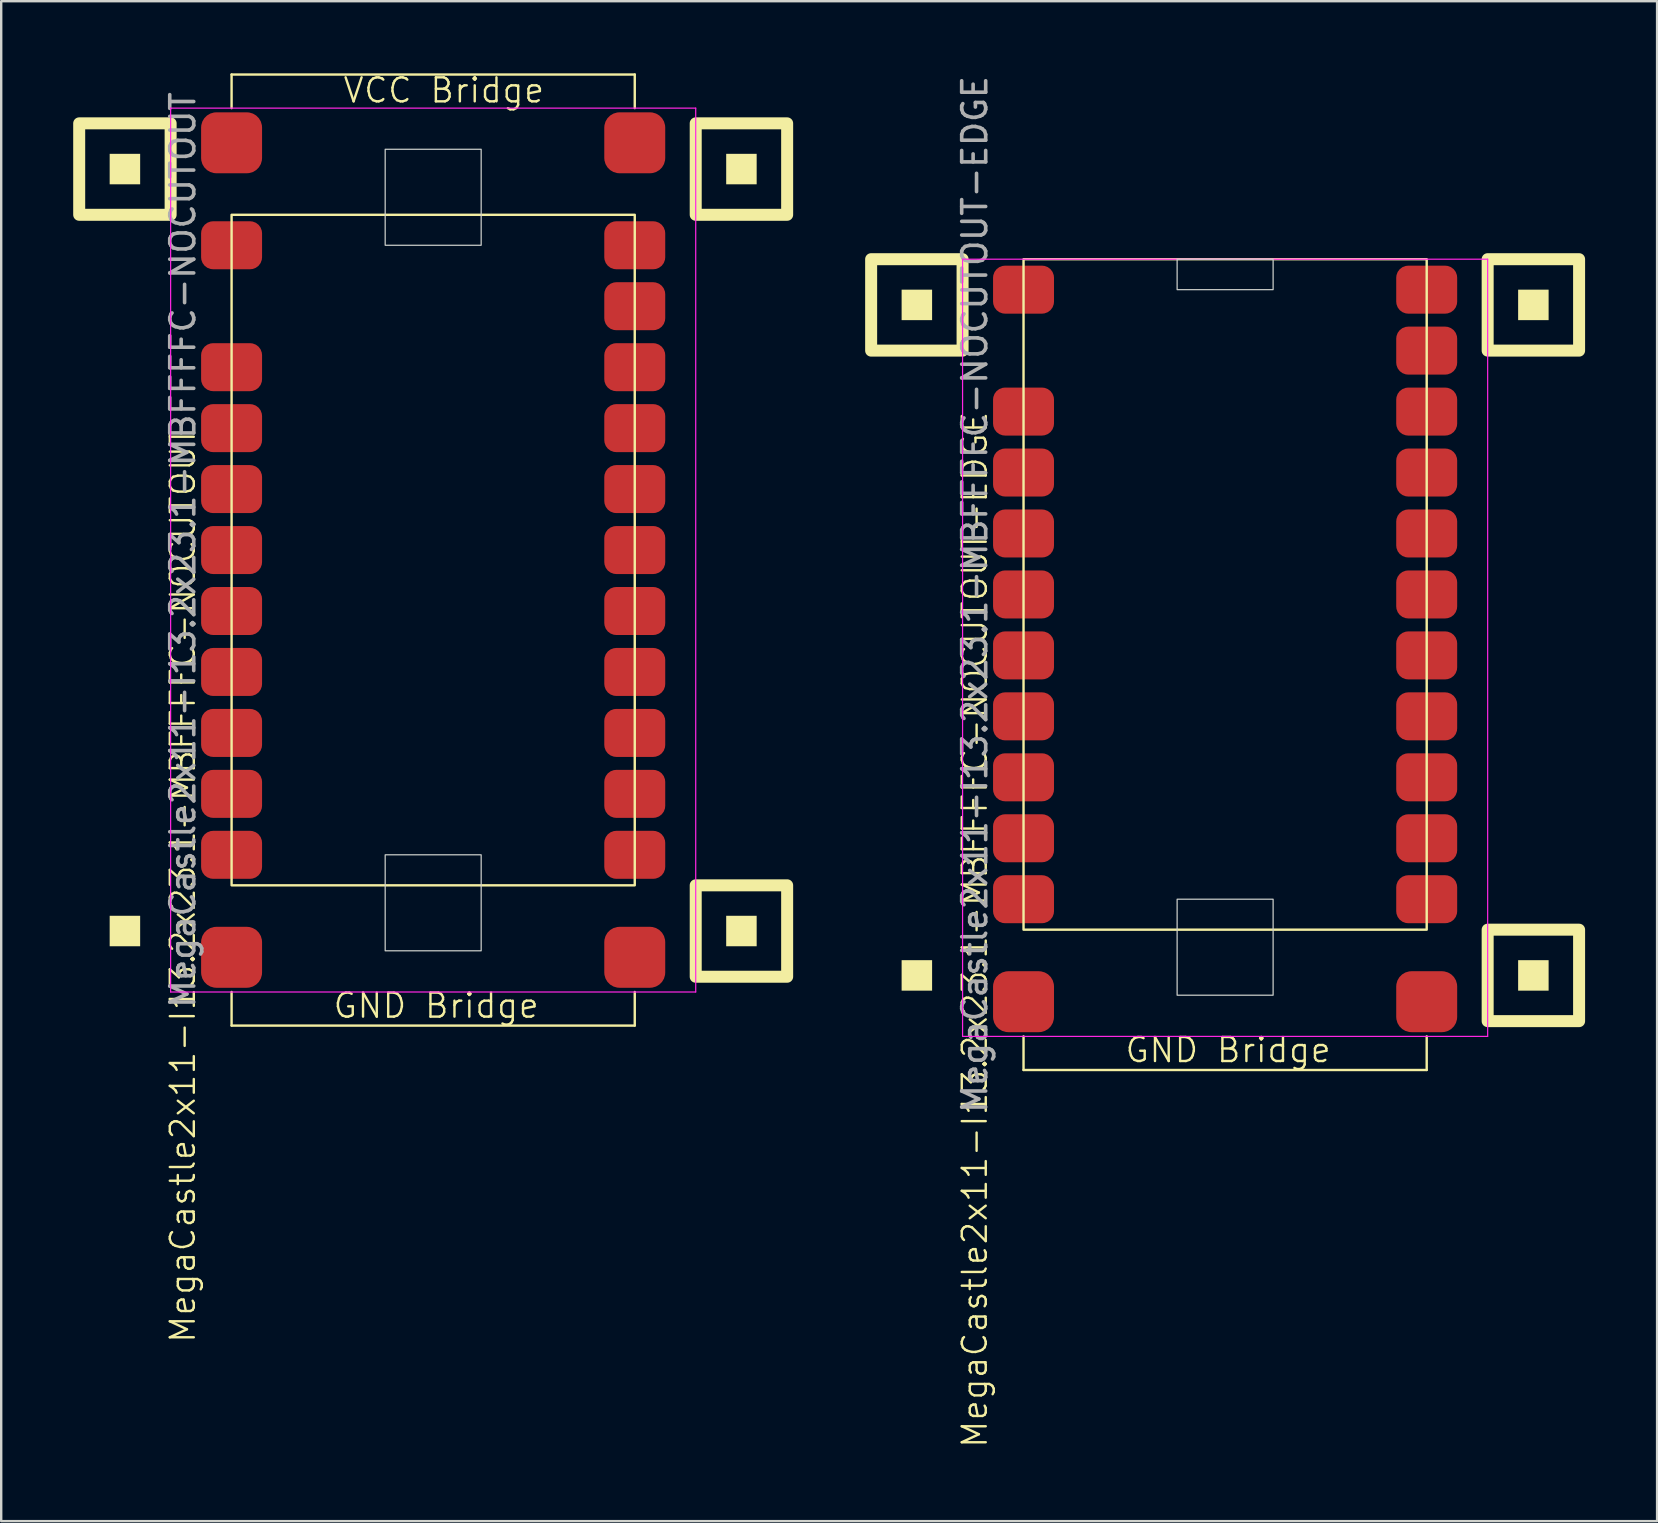
<source format=kicad_pcb>
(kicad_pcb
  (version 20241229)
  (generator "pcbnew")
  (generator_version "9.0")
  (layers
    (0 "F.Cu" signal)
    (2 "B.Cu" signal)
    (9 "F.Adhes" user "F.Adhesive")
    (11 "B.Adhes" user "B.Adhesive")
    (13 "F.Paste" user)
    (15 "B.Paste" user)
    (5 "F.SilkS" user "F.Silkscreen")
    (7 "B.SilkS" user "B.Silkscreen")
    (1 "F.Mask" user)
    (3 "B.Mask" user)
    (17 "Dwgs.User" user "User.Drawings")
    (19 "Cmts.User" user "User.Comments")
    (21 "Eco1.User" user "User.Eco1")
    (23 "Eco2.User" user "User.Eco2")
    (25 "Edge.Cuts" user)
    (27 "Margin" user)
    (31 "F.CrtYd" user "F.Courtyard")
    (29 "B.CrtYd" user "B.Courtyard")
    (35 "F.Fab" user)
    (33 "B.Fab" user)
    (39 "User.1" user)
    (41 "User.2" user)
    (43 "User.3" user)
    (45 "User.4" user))
  (footprint "MegaCastle2x11-I13.2x23.1-MBFFFFC-NOCUTOUT-EDGE"
    (layer "F.Cu")
    (at 48 21.72)
    (property "Reference" "MegaCastle2x11-I13.2x23.1-MBFFFFC-NOCUTOUT-EDGE" (at -10.432 13.97 90) (unlocked yes) (layer "F.SilkS") (effects (font (size 1 1) (thickness 0.1))))
    (attr smd)
    (fp_line (start -8.4 18.415) (end -8.4 19.815) (stroke (width 0.1) (type default)) (layer "F.SilkS"))
    (fp_line (start -8.4 19.815) (end 8.4 19.815) (stroke (width 0.1) (type default)) (layer "F.SilkS"))
    (fp_line (start 8.4 18.415) (end 8.4 19.815) (stroke (width 0.1) (type default)) (layer "F.SilkS"))
    (fp_rect (start -12.21 -11.43) (end -13.48 -12.7) (stroke (width 0) (type solid)) (fill yes) (layer "F.SilkS"))
    (fp_rect (start -12.21 16.51) (end -13.48 15.24) (stroke (width 0) (type solid)) (fill yes) (layer "F.SilkS"))
    (fp_rect (start -10.94 -10.16) (end -14.75 -13.97) (stroke (width 0.5) (type default)) (fill no) (layer "F.SilkS"))
    (fp_rect (start -8.4 -13.97) (end 8.4 13.97) (stroke (width 0.1) (type default)) (fill no) (layer "F.SilkS"))
    (fp_rect (start 13.48 -11.43) (end 12.21 -12.7) (stroke (width 0) (type solid)) (fill yes) (layer "F.SilkS"))
    (fp_rect (start 13.48 16.51) (end 12.21 15.24) (stroke (width 0) (type solid)) (fill yes) (layer "F.SilkS"))
    (fp_rect (start 14.75 -10.16) (end 10.94 -13.97) (stroke (width 0.5) (type default)) (fill no) (layer "F.SilkS"))
    (fp_rect (start 14.75 17.78) (end 10.94 13.97) (stroke (width 0.5) (type default)) (fill no) (layer "F.SilkS"))
    (fp_rect (start -2 -12.7) (end 2 -13.97) (stroke (width 0.05) (type default)) (fill no) (layer "Edge.Cuts"))
    (fp_rect (start -2 12.7) (end 2 16.7) (stroke (width 0.05) (type default)) (fill no) (layer "Edge.Cuts"))
    (fp_line (start -10.94 -13.97) (end -10.94 18.415) (stroke (width 0.05) (type default)) (layer "F.CrtYd"))
    (fp_line (start -10.94 18.415) (end 10.94 18.415) (stroke (width 0.05) (type default)) (layer "F.CrtYd"))
    (fp_line (start 10.94 -13.97) (end -10.94 -13.97) (stroke (width 0.05) (type default)) (layer "F.CrtYd"))
    (fp_line (start 10.94 -13.97) (end 10.94 18.415) (stroke (width 0.05) (type default)) (layer "F.CrtYd"))
    (fp_text user "GND Bridge" (at -4.226 19.57 0) (unlocked yes) (layer "F.SilkS") (effects (font (size 1 1) (thickness 0.1)) (justify left bottom)))
    (fp_text user "${REFERENCE}" (at -10.432 0 90) (unlocked yes) (layer "F.Fab") (effects (font (size 1 1) (thickness 0.15))))
    (pad "1" smd roundrect (at -8.4 -12.7) (size 2.54 2) (layers "F.Cu" "F.Mask" "F.Paste") (roundrect_rratio 0.25))
    (pad "3" smd roundrect (at -8.4 -7.62) (size 2.54 2) (layers "F.Cu" "F.Mask" "F.Paste") (roundrect_rratio 0.25))
    (pad "4" smd roundrect (at -8.4 -5.08) (size 2.54 2) (layers "F.Cu" "F.Mask" "F.Paste") (roundrect_rratio 0.25))
    (pad "5" smd roundrect (at -8.4 -2.54) (size 2.54 2) (layers "F.Cu" "F.Mask" "F.Paste") (roundrect_rratio 0.25))
    (pad "6" smd roundrect (at -8.4 0) (size 2.54 2) (layers "F.Cu" "F.Mask" "F.Paste") (roundrect_rratio 0.25))
    (pad "7" smd roundrect (at -8.4 2.54) (size 2.54 2) (layers "F.Cu" "F.Mask" "F.Paste") (roundrect_rratio 0.25))
    (pad "8" smd roundrect (at -8.4 5.08) (size 2.54 2) (layers "F.Cu" "F.Mask" "F.Paste") (roundrect_rratio 0.25))
    (pad "9" smd roundrect (at -8.4 7.62) (size 2.54 2) (layers "F.Cu" "F.Mask" "F.Paste") (roundrect_rratio 0.25))
    (pad "10" smd roundrect (at -8.4 10.16) (size 2.54 2) (layers "F.Cu" "F.Mask" "F.Paste") (roundrect_rratio 0.25))
    (pad "11" smd roundrect (at -8.4 12.7) (size 2.54 2) (layers "F.Cu" "F.Mask" "F.Paste") (roundrect_rratio 0.25))
    (pad "12" smd roundrect (at 8.4 -12.7) (size 2.54 2) (layers "F.Cu" "F.Mask" "F.Paste") (roundrect_rratio 0.25))
    (pad "13" smd roundrect (at 8.4 -10.16) (size 2.54 2) (layers "F.Cu" "F.Mask" "F.Paste") (roundrect_rratio 0.25))
    (pad "14" smd roundrect (at 8.4 -7.62) (size 2.54 2) (layers "F.Cu" "F.Mask" "F.Paste") (roundrect_rratio 0.25))
    (pad "15" smd roundrect (at 8.4 -5.08) (size 2.54 2) (layers "F.Cu" "F.Mask" "F.Paste") (roundrect_rratio 0.25))
    (pad "16" smd roundrect (at 8.4 -2.54) (size 2.54 2) (layers "F.Cu" "F.Mask" "F.Paste") (roundrect_rratio 0.25))
    (pad "17" smd roundrect (at 8.4 0) (size 2.54 2) (layers "F.Cu" "F.Mask" "F.Paste") (roundrect_rratio 0.25))
    (pad "18" smd roundrect (at 8.4 2.54) (size 2.54 2) (layers "F.Cu" "F.Mask" "F.Paste") (roundrect_rratio 0.25))
    (pad "19" smd roundrect (at 8.4 5.08) (size 2.54 2) (layers "F.Cu" "F.Mask" "F.Paste") (roundrect_rratio 0.25))
    (pad "20" smd roundrect (at 8.4 7.62) (size 2.54 2) (layers "F.Cu" "F.Mask" "F.Paste") (roundrect_rratio 0.25))
    (pad "21" smd roundrect (at 8.4 10.16) (size 2.54 2) (layers "F.Cu" "F.Mask" "F.Paste") (roundrect_rratio 0.25))
    (pad "22" smd roundrect (at 8.4 12.7) (size 2.54 2) (layers "F.Cu" "F.Mask" "F.Paste") (roundrect_rratio 0.25))
    (pad "B1" smd roundrect (at -8.4 16.97) (size 2.54 2.54) (layers "F.Cu" "F.Mask" "F.Paste") (roundrect_rratio 0.25))
    (pad "B2" smd roundrect (at 8.4 16.97) (size 2.54 2.54) (layers "F.Cu" "F.Mask" "F.Paste") (roundrect_rratio 0.25)))
  (footprint "MegaCastle2x11-I13.2x23.1-MBFFFFC-NOCUTOUT"
    (layer "F.Cu")
    (at 15 19.87)
    (property "Reference" "MegaCastle2x11-I13.2x23.1-MBFFFFC-NOCUTOUT" (at -10.432 13.97 90) (unlocked yes) (layer "F.SilkS") (effects (font (size 1 1) (thickness 0.1))))
    (attr smd)
    (fp_line (start -8.4 -19.815) (end 8.4 -19.815) (stroke (width 0.1) (type default)) (layer "F.SilkS"))
    (fp_line (start -8.4 -18.415) (end -8.4 -19.815) (stroke (width 0.1) (type default)) (layer "F.SilkS"))
    (fp_line (start -8.4 18.415) (end -8.4 19.815) (stroke (width 0.1) (type default)) (layer "F.SilkS"))
    (fp_line (start -8.4 19.815) (end 8.4 19.815) (stroke (width 0.1) (type default)) (layer "F.SilkS"))
    (fp_line (start 8.4 -18.415) (end 8.4 -19.815) (stroke (width 0.1) (type default)) (layer "F.SilkS"))
    (fp_line (start 8.4 18.415) (end 8.4 19.815) (stroke (width 0.1) (type default)) (layer "F.SilkS"))
    (fp_rect (start -12.21 -15.24) (end -13.48 -16.51) (stroke (width 0) (type solid)) (fill yes) (layer "F.SilkS"))
    (fp_rect (start -12.21 16.51) (end -13.48 15.24) (stroke (width 0) (type solid)) (fill yes) (layer "F.SilkS"))
    (fp_rect (start -10.94 -13.97) (end -14.75 -17.78) (stroke (width 0.5) (type default)) (fill no) (layer "F.SilkS"))
    (fp_rect (start -8.4 -13.97) (end 8.4 13.97) (stroke (width 0.1) (type default)) (fill no) (layer "F.SilkS"))
    (fp_rect (start 13.48 -15.24) (end 12.21 -16.51) (stroke (width 0) (type solid)) (fill yes) (layer "F.SilkS"))
    (fp_rect (start 13.48 16.51) (end 12.21 15.24) (stroke (width 0) (type solid)) (fill yes) (layer "F.SilkS"))
    (fp_rect (start 14.75 -13.97) (end 10.94 -17.78) (stroke (width 0.5) (type default)) (fill no) (layer "F.SilkS"))
    (fp_rect (start 14.75 17.78) (end 10.94 13.97) (stroke (width 0.5) (type default)) (fill no) (layer "F.SilkS"))
    (fp_rect (start -2 -12.7) (end 2 -16.7) (stroke (width 0.05) (type default)) (fill no) (layer "Edge.Cuts"))
    (fp_rect (start -2 12.7) (end 2 16.7) (stroke (width 0.05) (type default)) (fill no) (layer "Edge.Cuts"))
    (fp_line (start -10.94 -18.415) (end -10.94 18.415) (stroke (width 0.05) (type default)) (layer "F.CrtYd"))
    (fp_line (start -10.94 18.415) (end 10.94 18.415) (stroke (width 0.05) (type default)) (layer "F.CrtYd"))
    (fp_line (start 10.94 -18.415) (end -10.94 -18.415) (stroke (width 0.05) (type default)) (layer "F.CrtYd"))
    (fp_line (start 10.94 -18.415) (end 10.94 18.415) (stroke (width 0.05) (type default)) (layer "F.CrtYd"))
    (fp_text user "GND Bridge" (at -4.226 19.57 0) (unlocked yes) (layer "F.SilkS") (effects (font (size 1 1) (thickness 0.1)) (justify left bottom)))
    (fp_text user "VCC Bridge" (at -3.81 -18.57 0) (unlocked yes) (layer "F.SilkS") (effects (font (size 1 1) (thickness 0.1)) (justify left bottom)))
    (fp_text user "${REFERENCE}" (at -10.432 0 90) (unlocked yes) (layer "F.Fab") (effects (font (size 1 1) (thickness 0.15))))
    (pad "1" smd roundrect (at -8.4 -12.7) (size 2.54 2) (layers "F.Cu" "F.Mask" "F.Paste") (roundrect_rratio 0.25))
    (pad "3" smd roundrect (at -8.4 -7.62) (size 2.54 2) (layers "F.Cu" "F.Mask" "F.Paste") (roundrect_rratio 0.25))
    (pad "4" smd roundrect (at -8.4 -5.08) (size 2.54 2) (layers "F.Cu" "F.Mask" "F.Paste") (roundrect_rratio 0.25))
    (pad "5" smd roundrect (at -8.4 -2.54) (size 2.54 2) (layers "F.Cu" "F.Mask" "F.Paste") (roundrect_rratio 0.25))
    (pad "6" smd roundrect (at -8.4 0) (size 2.54 2) (layers "F.Cu" "F.Mask" "F.Paste") (roundrect_rratio 0.25))
    (pad "7" smd roundrect (at -8.4 2.54) (size 2.54 2) (layers "F.Cu" "F.Mask" "F.Paste") (roundrect_rratio 0.25))
    (pad "8" smd roundrect (at -8.4 5.08) (size 2.54 2) (layers "F.Cu" "F.Mask" "F.Paste") (roundrect_rratio 0.25))
    (pad "9" smd roundrect (at -8.4 7.62) (size 2.54 2) (layers "F.Cu" "F.Mask" "F.Paste") (roundrect_rratio 0.25))
    (pad "10" smd roundrect (at -8.4 10.16) (size 2.54 2) (layers "F.Cu" "F.Mask" "F.Paste") (roundrect_rratio 0.25))
    (pad "11" smd roundrect (at -8.4 12.7) (size 2.54 2) (layers "F.Cu" "F.Mask" "F.Paste") (roundrect_rratio 0.25))
    (pad "12" smd roundrect (at 8.4 -12.7) (size 2.54 2) (layers "F.Cu" "F.Mask" "F.Paste") (roundrect_rratio 0.25))
    (pad "13" smd roundrect (at 8.4 -10.16) (size 2.54 2) (layers "F.Cu" "F.Mask" "F.Paste") (roundrect_rratio 0.25))
    (pad "14" smd roundrect (at 8.4 -7.62) (size 2.54 2) (layers "F.Cu" "F.Mask" "F.Paste") (roundrect_rratio 0.25))
    (pad "15" smd roundrect (at 8.4 -5.08) (size 2.54 2) (layers "F.Cu" "F.Mask" "F.Paste") (roundrect_rratio 0.25))
    (pad "16" smd roundrect (at 8.4 -2.54) (size 2.54 2) (layers "F.Cu" "F.Mask" "F.Paste") (roundrect_rratio 0.25))
    (pad "17" smd roundrect (at 8.4 0) (size 2.54 2) (layers "F.Cu" "F.Mask" "F.Paste") (roundrect_rratio 0.25))
    (pad "18" smd roundrect (at 8.4 2.54) (size 2.54 2) (layers "F.Cu" "F.Mask" "F.Paste") (roundrect_rratio 0.25))
    (pad "19" smd roundrect (at 8.4 5.08) (size 2.54 2) (layers "F.Cu" "F.Mask" "F.Paste") (roundrect_rratio 0.25))
    (pad "20" smd roundrect (at 8.4 7.62) (size 2.54 2) (layers "F.Cu" "F.Mask" "F.Paste") (roundrect_rratio 0.25))
    (pad "21" smd roundrect (at 8.4 10.16) (size 2.54 2) (layers "F.Cu" "F.Mask" "F.Paste") (roundrect_rratio 0.25))
    (pad "22" smd roundrect (at 8.4 12.7) (size 2.54 2) (layers "F.Cu" "F.Mask" "F.Paste") (roundrect_rratio 0.25))
    (pad "A1" smd roundrect (at -8.4 -16.97) (size 2.54 2.54) (layers "F.Cu" "F.Mask" "F.Paste") (roundrect_rratio 0.25))
    (pad "A2" smd roundrect (at 8.4 -16.97) (size 2.54 2.54) (layers "F.Cu" "F.Mask" "F.Paste") (roundrect_rratio 0.25))
    (pad "B1" smd roundrect (at -8.4 16.97) (size 2.54 2.54) (layers "F.Cu" "F.Mask" "F.Paste") (roundrect_rratio 0.25))
    (pad "B2" smd roundrect (at 8.4 16.97) (size 2.54 2.54) (layers "F.Cu" "F.Mask" "F.Paste") (roundrect_rratio 0.25)))
  (gr_rect
    (start -3 -3)
    (end 66 60.335)
    (stroke (width 0.1) (type default))
    (fill no)
    (layer "Edge.Cuts")))
</source>
